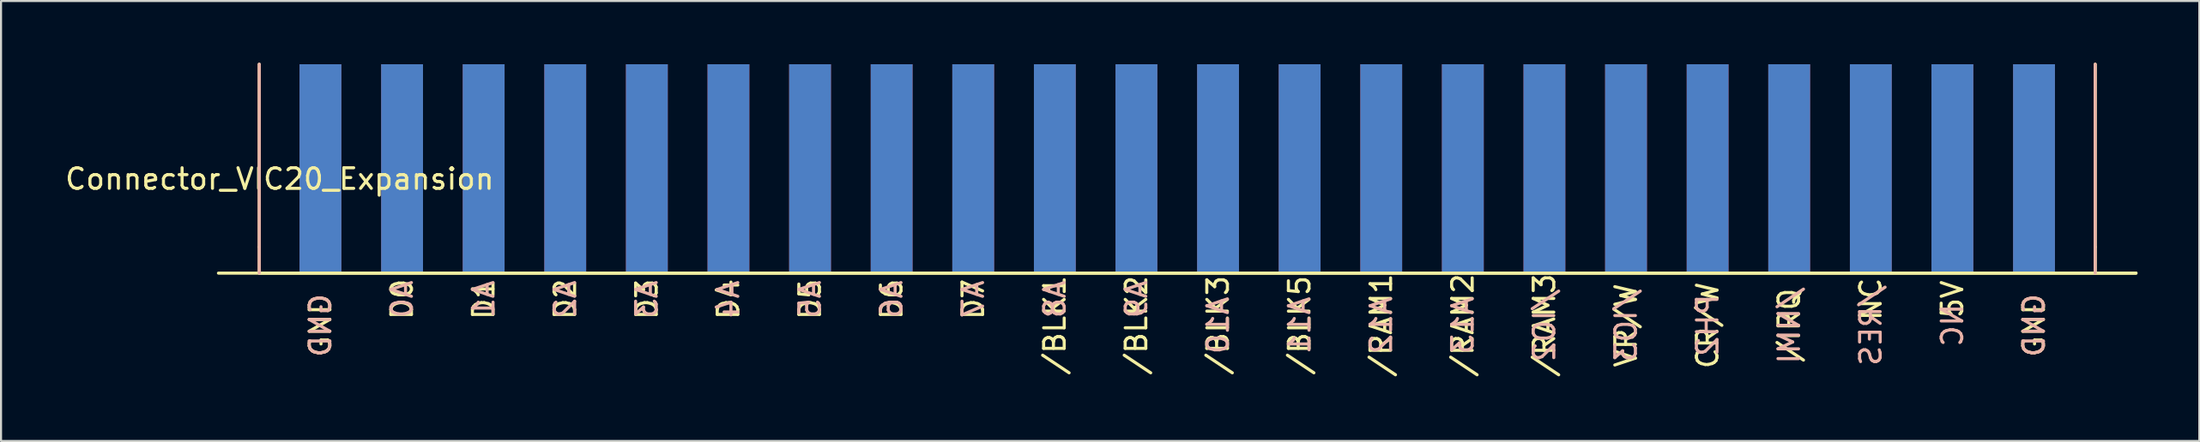
<source format=kicad_pcb>
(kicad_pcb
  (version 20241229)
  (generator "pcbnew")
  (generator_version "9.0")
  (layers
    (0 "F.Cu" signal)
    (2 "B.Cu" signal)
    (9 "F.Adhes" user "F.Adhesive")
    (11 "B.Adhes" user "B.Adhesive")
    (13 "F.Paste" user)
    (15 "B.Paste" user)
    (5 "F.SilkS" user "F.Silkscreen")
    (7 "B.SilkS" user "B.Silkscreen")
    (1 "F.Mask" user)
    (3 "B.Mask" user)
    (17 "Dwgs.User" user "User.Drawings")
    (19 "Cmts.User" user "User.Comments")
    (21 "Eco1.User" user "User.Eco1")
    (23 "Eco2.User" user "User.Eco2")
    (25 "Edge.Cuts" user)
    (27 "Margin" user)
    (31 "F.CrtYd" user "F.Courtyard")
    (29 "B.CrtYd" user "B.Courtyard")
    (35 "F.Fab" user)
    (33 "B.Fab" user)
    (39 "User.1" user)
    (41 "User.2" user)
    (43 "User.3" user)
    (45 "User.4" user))
  (footprint "Connector_VIC20_Expansion"
    (layer "F.Cu")
    (at 10.53 5.155)
    (property "Reference" "Connector_VIC20_Expansion" (at 0 0.5 0) (layer "F.SilkS") (effects (font (size 1 1) (thickness 0.15))))
    (attr exclude_from_pos_files exclude_from_bom)
    (fp_line (start -0.991 3.81) (end -0.991 -5.08) (stroke (width 0.15) (type solid)) (layer "F.SilkS"))
    (fp_line (start -0.991 5.08) (end -0.991 3.81) (stroke (width 0.15) (type solid)) (layer "F.SilkS"))
    (fp_line (start -0.991 5.08) (end 88.163 5.08) (stroke (width 0.15) (type solid)) (layer "F.SilkS"))
    (fp_line (start 88.163 -5.08) (end 88.163 3.81) (stroke (width 0.15) (type solid)) (layer "F.SilkS"))
    (fp_line (start 88.163 5.08) (end 88.163 3.81) (stroke (width 0.15) (type solid)) (layer "F.SilkS"))
    (fp_line (start 88.163 5.08) (end 90.145 5.08) (stroke (width 0.15) (type solid)) (layer "F.SilkS"))
    (fp_line (start 90.145 5.08) (end -2.972 5.08) (stroke (width 0.15) (type solid)) (layer "F.SilkS"))
    (fp_line (start -0.991 5.08) (end -0.991 -5.08) (stroke (width 0.15) (type solid)) (layer "B.SilkS"))
    (fp_line (start 88.163 -5.08) (end 88.163 5.08) (stroke (width 0.15) (type solid)) (layer "B.SilkS"))
    (fp_text user "D2" (at 13.868 6.35 90) (layer "F.SilkS") (effects (font (size 1 1) (thickness 0.15))))
    (fp_text user "GND" (at 85.192 7.62 270) (layer "F.SilkS") (effects (font (size 1 1) (thickness 0.15))))
    (fp_text user "D6" (at 29.718 6.35 90) (layer "F.SilkS") (effects (font (size 1 1) (thickness 0.15))))
    (fp_text user "NC" (at 77.267 6.35 90) (layer "F.SilkS") (effects (font (size 1 1) (thickness 0.15))))
    (fp_text user "5V" (at 81.229 6.35 90) (layer "F.SilkS") (effects (font (size 1 1) (thickness 0.15))))
    (fp_text user "/BLK5" (at 49.53 7.62 90) (layer "F.SilkS") (effects (font (size 1 1) (thickness 0.15))))
    (fp_text user "D3" (at 17.831 6.35 90) (layer "F.SilkS") (effects (font (size 1 1) (thickness 0.15))))
    (fp_text user "VR/W" (at 65.38 7.62 90) (layer "F.SilkS") (effects (font (size 1 1) (thickness 0.15))))
    (fp_text user "D4" (at 21.793 6.35 90) (layer "F.SilkS") (effects (font (size 1 1) (thickness 0.15))))
    (fp_text user "GND" (at 1.981 7.62 90) (layer "F.SilkS") (effects (font (size 1 1) (thickness 0.15))))
    (fp_text user "D7" (at 33.68 6.35 90) (layer "F.SilkS") (effects (font (size 1 1) (thickness 0.15))))
    (fp_text user "D1" (at 9.906 6.35 90) (layer "F.SilkS") (effects (font (size 1 1) (thickness 0.15))))
    (fp_text user "/RAM1" (at 53.492 7.62 90) (layer "F.SilkS") (effects (font (size 1 1) (thickness 0.15))))
    (fp_text user "/BLK2" (at 41.605 7.62 90) (layer "F.SilkS") (effects (font (size 1 1) (thickness 0.15))))
    (fp_text user "/RAM3" (at 61.417 7.62 90) (layer "F.SilkS") (effects (font (size 1 1) (thickness 0.15))))
    (fp_text user "/IRQ" (at 73.304 7.62 90) (layer "F.SilkS") (effects (font (size 1 1) (thickness 0.15))))
    (fp_text user "D0" (at 5.944 6.35 90) (layer "F.SilkS") (effects (font (size 1 1) (thickness 0.15))))
    (fp_text user "CR/W" (at 69.342 7.62 90) (layer "F.SilkS") (effects (font (size 1 1) (thickness 0.15))))
    (fp_text user "D5" (at 25.756 6.35 90) (layer "F.SilkS") (effects (font (size 1 1) (thickness 0.15))))
    (fp_text user "/BLK3" (at 45.568 7.62 90) (layer "F.SilkS") (effects (font (size 1 1) (thickness 0.15))))
    (fp_text user "/RAM2" (at 57.455 7.62 90) (layer "F.SilkS") (effects (font (size 1 1) (thickness 0.15))))
    (fp_text user "/BLK1" (at 37.643 7.62 270) (layer "F.SilkS") (effects (font (size 1 1) (thickness 0.15))))
    (fp_text user "A6" (at 29.718 6.35 90) (layer "B.SilkS") (effects (font (size 1 1) (thickness 0.15)) (justify mirror)))
    (fp_text user "/RES" (at 77.267 7.62 90) (layer "B.SilkS") (effects (font (size 1 1) (thickness 0.15)) (justify mirror)))
    (fp_text user "A8" (at 37.643 6.35 90) (layer "B.SilkS") (effects (font (size 1 1) (thickness 0.15)) (justify mirror)))
    (fp_text user "/IO3" (at 65.38 7.62 90) (layer "B.SilkS") (effects (font (size 1 1) (thickness 0.15)) (justify mirror)))
    (fp_text user "NC" (at 81.229 7.62 90) (layer "B.SilkS") (effects (font (size 1 1) (thickness 0.15)) (justify mirror)))
    (fp_text user "/IO2" (at 61.417 7.62 90) (layer "B.SilkS") (effects (font (size 1 1) (thickness 0.15)) (justify mirror)))
    (fp_text user "A13" (at 57.455 7.62 90) (layer "B.SilkS") (effects (font (size 1 1) (thickness 0.15)) (justify mirror)))
    (fp_text user "A7" (at 33.68 6.35 90) (layer "B.SilkS") (effects (font (size 1 1) (thickness 0.15)) (justify mirror)))
    (fp_text user "GND" (at 85.192 7.62 90) (layer "B.SilkS") (effects (font (size 1 1) (thickness 0.15)) (justify mirror)))
    (fp_text user "A9" (at 41.605 6.35 90) (layer "B.SilkS") (effects (font (size 1 1) (thickness 0.15)) (justify mirror)))
    (fp_text user "GND" (at 1.981 7.62 90) (layer "B.SilkS") (effects (font (size 1 1) (thickness 0.15)) (justify mirror)))
    (fp_text user "PH2" (at 69.342 7.62 90) (layer "B.SilkS") (effects (font (size 1 1) (thickness 0.15)) (justify mirror)))
    (fp_text user "A2" (at 13.868 6.35 90) (layer "B.SilkS") (effects (font (size 1 1) (thickness 0.15)) (justify mirror)))
    (fp_text user "A12" (at 53.492 7.62 90) (layer "B.SilkS") (effects (font (size 1 1) (thickness 0.15)) (justify mirror)))
    (fp_text user "A5" (at 25.756 6.35 90) (layer "B.SilkS") (effects (font (size 1 1) (thickness 0.15)) (justify mirror)))
    (fp_text user "A3" (at 17.831 6.35 90) (layer "B.SilkS") (effects (font (size 1 1) (thickness 0.15)) (justify mirror)))
    (fp_text user "A4" (at 21.793 6.35 90) (layer "B.SilkS") (effects (font (size 1 1) (thickness 0.15)) (justify mirror)))
    (fp_text user "/NMI" (at 73.304 7.62 90) (layer "B.SilkS") (effects (font (size 1 1) (thickness 0.15)) (justify mirror)))
    (fp_text user "A1" (at 9.906 6.35 90) (layer "B.SilkS") (effects (font (size 1 1) (thickness 0.15)) (justify mirror)))
    (fp_text user "A10" (at 45.568 7.62 90) (layer "B.SilkS") (effects (font (size 1 1) (thickness 0.15)) (justify mirror)))
    (fp_text user "A11" (at 49.53 7.62 90) (layer "B.SilkS") (effects (font (size 1 1) (thickness 0.15)) (justify mirror)))
    (fp_text user "A0" (at 5.944 6.35 90) (layer "B.SilkS") (effects (font (size 1 1) (thickness 0.15)) (justify mirror)))
    (pad "5V" smd rect (at 81.229 0) (size 2.032 10.16) (layers "F.Cu" "F.Mask"))
    (pad "20NC" smd rect (at 77.267 0) (size 2.032 10.16) (layers "F.Cu" "F.Mask"))
    (pad "A0" smd rect (at 5.944 0) (size 2.032 10.16) (layers "B.Cu" "B.Mask"))
    (pad "A1" smd rect (at 9.906 0) (size 2.032 10.16) (layers "B.Cu" "B.Mask"))
    (pad "A2" smd rect (at 13.868 0) (size 2.032 10.16) (layers "B.Cu" "B.Mask"))
    (pad "A3" smd rect (at 17.831 0) (size 2.032 10.16) (layers "B.Cu" "B.Mask"))
    (pad "A4" smd rect (at 21.793 0) (size 2.032 10.16) (layers "B.Cu" "B.Mask"))
    (pad "A5" smd rect (at 25.756 0) (size 2.032 10.16) (layers "B.Cu" "B.Mask"))
    (pad "A6" smd rect (at 29.718 0) (size 2.032 10.16) (layers "B.Cu" "B.Mask"))
    (pad "A7" smd rect (at 33.68 0) (size 2.032 10.16) (layers "B.Cu" "B.Mask"))
    (pad "A8" smd rect (at 37.643 0) (size 2.032 10.16) (layers "B.Cu" "B.Mask"))
    (pad "A9" smd rect (at 41.605 0) (size 2.032 10.16) (layers "B.Cu" "B.Mask"))
    (pad "A10" smd rect (at 45.568 0) (size 2.032 10.16) (layers "B.Cu" "B.Mask"))
    (pad "A11" smd rect (at 49.53 0) (size 2.032 10.16) (layers "B.Cu" "B.Mask"))
    (pad "A12" smd rect (at 53.492 0) (size 2.032 10.16) (layers "B.Cu" "B.Mask"))
    (pad "A13" smd rect (at 57.455 0) (size 2.032 10.16) (layers "B.Cu" "B.Mask"))
    (pad "BLK1" smd rect (at 37.643 0) (size 2.032 10.16) (layers "F.Cu" "F.Mask"))
    (pad "BLK2" smd rect (at 41.605 0) (size 2.032 10.16) (layers "F.Cu" "F.Mask"))
    (pad "BLK3" smd rect (at 45.568 0) (size 2.032 10.16) (layers "F.Cu" "F.Mask"))
    (pad "BLK5" smd rect (at 49.53 0) (size 2.032 10.16) (layers "F.Cu" "F.Mask"))
    (pad "CRW" smd rect (at 69.342 0) (size 2.032 10.16) (layers "F.Cu" "F.Mask"))
    (pad "D0" smd rect (at 5.944 0) (size 2.032 10.16) (layers "F.Cu" "F.Mask"))
    (pad "D1" smd rect (at 9.906 0) (size 2.032 10.16) (layers "F.Cu" "F.Mask"))
    (pad "D2" smd rect (at 13.868 0) (size 2.032 10.16) (layers "F.Cu" "F.Mask"))
    (pad "D3" smd rect (at 17.831 0) (size 2.032 10.16) (layers "F.Cu" "F.Mask"))
    (pad "D4" smd rect (at 21.793 0) (size 2.032 10.16) (layers "F.Cu" "F.Mask"))
    (pad "D5" smd rect (at 25.756 0) (size 2.032 10.16) (layers "F.Cu" "F.Mask"))
    (pad "D6" smd rect (at 29.718 0) (size 2.032 10.16) (layers "F.Cu" "F.Mask"))
    (pad "D7" smd rect (at 33.68 0) (size 2.032 10.16) (layers "F.Cu" "F.Mask"))
    (pad "GND1" smd rect (at 1.981 0) (size 2.032 10.16) (layers "F.Cu" "F.Mask"))
    (pad "GND22" smd rect (at 85.192 0) (size 2.032 10.16) (layers "F.Cu" "F.Mask"))
    (pad "GND44" smd rect (at 85.192 0) (size 2.032 10.16) (layers "B.Cu" "B.Mask"))
    (pad "GNDA" smd rect (at 1.981 0) (size 2.032 10.16) (layers "B.Cu" "B.Mask"))
    (pad "IO2" smd rect (at 61.417 0) (size 2.032 10.16) (layers "B.Cu" "B.Mask"))
    (pad "IO3" smd rect (at 65.38 0) (size 2.032 10.16) (layers "B.Cu" "B.Mask"))
    (pad "IRQ" smd rect (at 73.304 0) (size 2.032 10.16) (layers "F.Cu" "F.Mask"))
    (pad "NMI" smd rect (at 73.304 0) (size 2.032 10.16) (layers "B.Cu" "B.Mask"))
    (pad "RAM1" smd rect (at 53.492 0) (size 2.032 10.16) (layers "F.Cu" "F.Mask"))
    (pad "RAM2" smd rect (at 57.455 0) (size 2.032 10.16) (layers "F.Cu" "F.Mask"))
    (pad "RAM3" smd rect (at 61.417 0) (size 2.032 10.16) (layers "F.Cu" "F.Mask"))
    (pad "RESET" smd rect (at 77.267 0) (size 2.032 10.16) (layers "B.Cu" "B.Mask"))
    (pad "SPHI2" smd rect (at 69.342 0) (size 2.032 10.16) (layers "B.Cu" "B.Mask"))
    (pad "VRW" smd rect (at 65.38 0) (size 2.032 10.16) (layers "F.Cu" "F.Mask"))
    (pad "YNC" smd rect (at 81.229 0) (size 2.032 10.16) (layers "B.Cu" "B.Mask")))
  (gr_rect
    (start -3 -3)
    (end 103.749 18.4)
    (stroke (width 0.1) (type default))
    (fill no)
    (layer "Edge.Cuts")))
</source>
